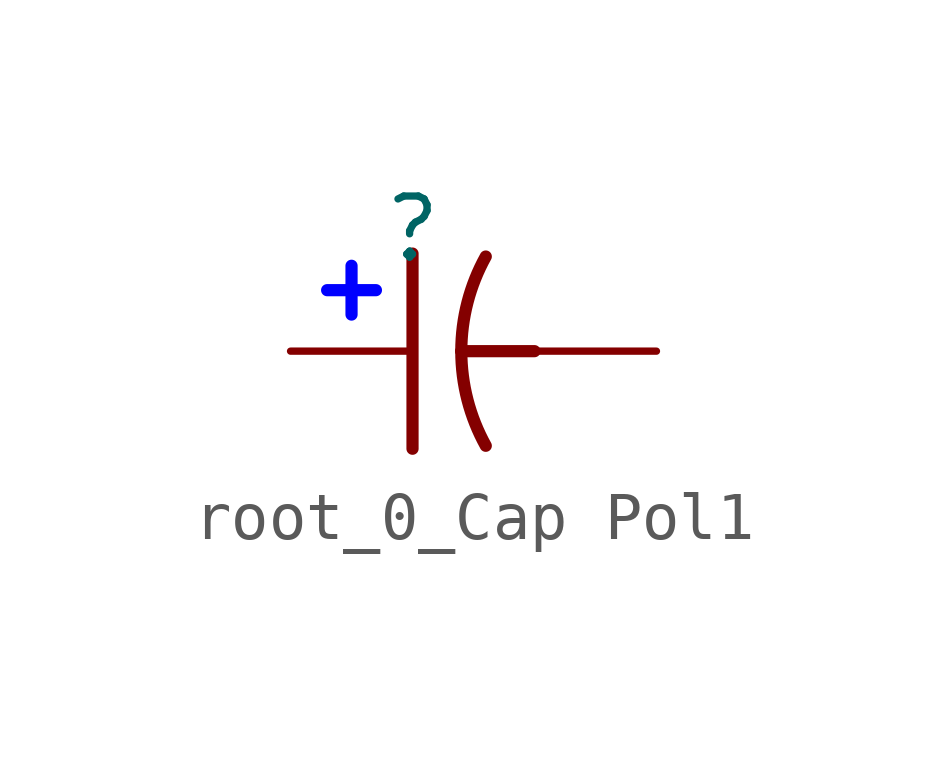
<source format=kicad_sym>
(kicad_symbol_lib
  (version 20220914)
  (generator kicad_symbol_editor)
  (symbol "root_0_Cap Pol1"
    (property "Reference" ""
      (at 0 0 0)
      (effects (font (size 1.27 1.27))))
    (property "Value" ""
      (at 0 0 0)
      (effects (font (size 1.27 1.27))))
    (symbol "root_0_Cap Pol1_1_0"
      (polyline (pts (xy -1.27 -1.778) (xy -1.27 -0.762)) (stroke (width 0.254) (type solid) (color 0 0 255 1)) (fill (type none)))
      (polyline (pts (xy -0.762 -1.27) (xy -1.778 -1.27)) (stroke (width 0.254) (type solid) (color 0 0 255 1)) (fill (type none)))
      (polyline (pts (xy 0 -4.572) (xy 0 -0.508)) (stroke (width 0.254) (type solid)) (fill (type none)))
      (polyline (pts (xy 1.016 -2.54) (xy 2.54 -2.54)) (stroke (width 0.254) (type solid)) (fill (type none)))
      (arc (start 1.016 -2.54) (mid 1.1454 -3.5575) (end 1.5255 -4.5103) (stroke (width 0.254) (type solid)) (fill (type none)))
      (arc (start 1.5255 -0.5697) (mid 1.1454 -1.5224) (end 1.016 -2.54) (stroke (width 0.254) (type solid)) (fill (type none)))
      (pin passive line (at -2.54 -2.54 0) (length 2.54) (name "1" (effects (font (size 0 0)))) (number "1" (effects (font (size 0 0)))))
      (pin passive line (at 5.08 -2.54 180) (length 2.54) (name "2" (effects (font (size 0 0)))) (number "2" (effects (font (size 0 0))))))))
</source>
